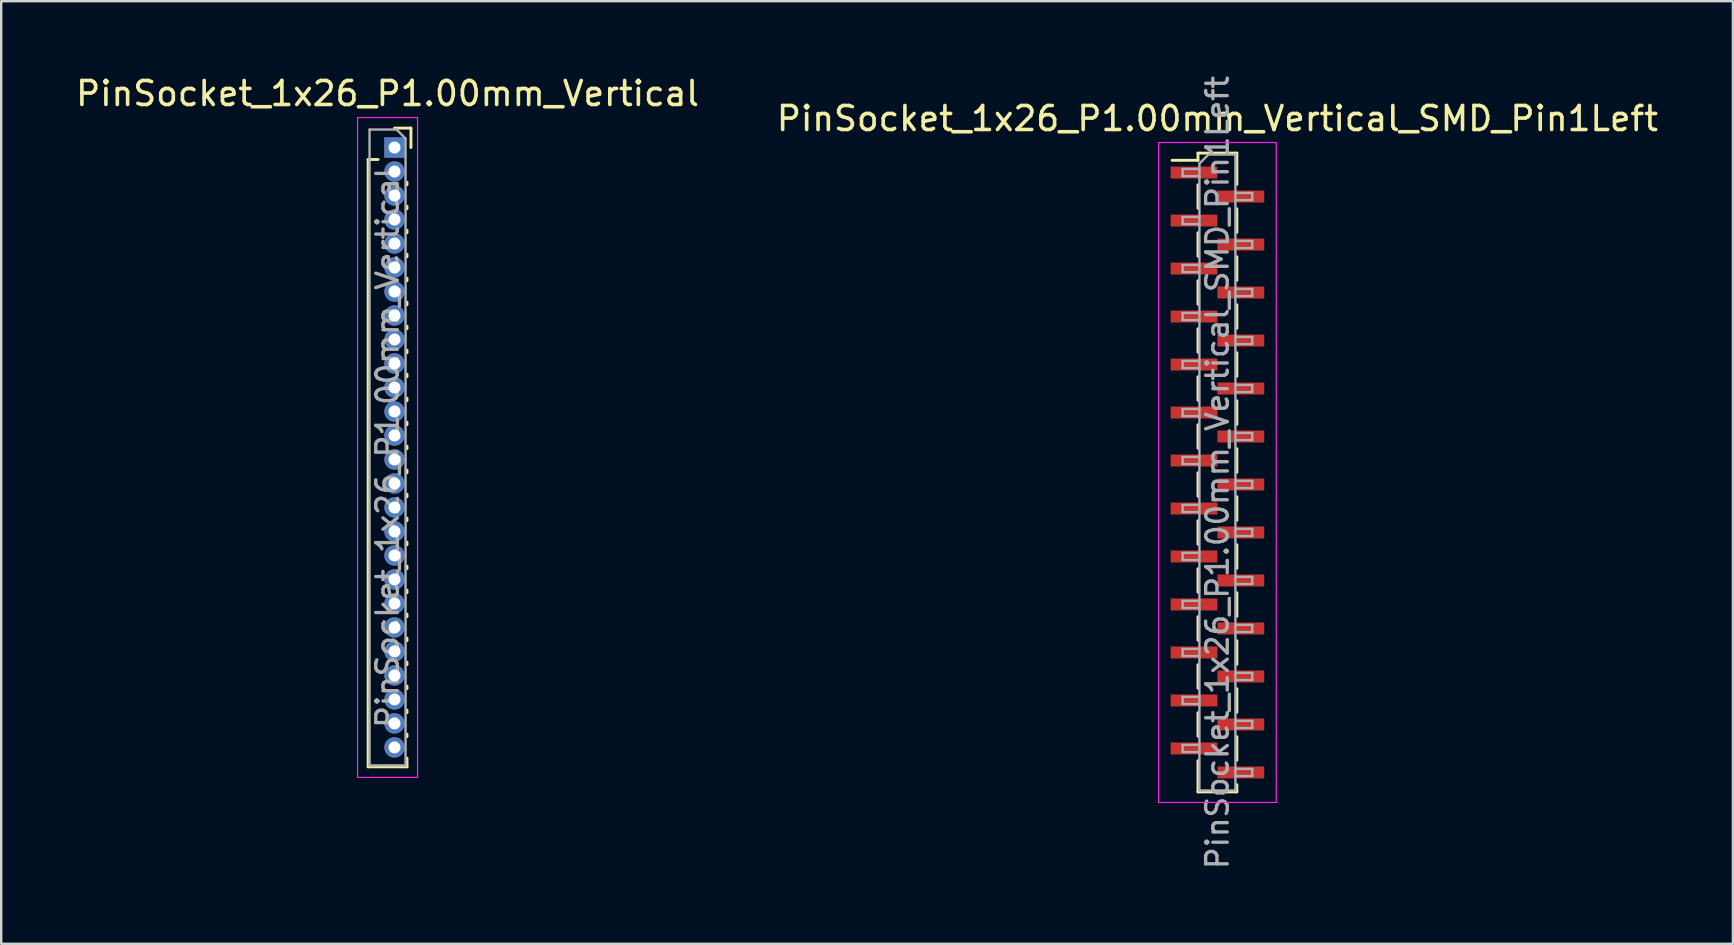
<source format=kicad_pcb>
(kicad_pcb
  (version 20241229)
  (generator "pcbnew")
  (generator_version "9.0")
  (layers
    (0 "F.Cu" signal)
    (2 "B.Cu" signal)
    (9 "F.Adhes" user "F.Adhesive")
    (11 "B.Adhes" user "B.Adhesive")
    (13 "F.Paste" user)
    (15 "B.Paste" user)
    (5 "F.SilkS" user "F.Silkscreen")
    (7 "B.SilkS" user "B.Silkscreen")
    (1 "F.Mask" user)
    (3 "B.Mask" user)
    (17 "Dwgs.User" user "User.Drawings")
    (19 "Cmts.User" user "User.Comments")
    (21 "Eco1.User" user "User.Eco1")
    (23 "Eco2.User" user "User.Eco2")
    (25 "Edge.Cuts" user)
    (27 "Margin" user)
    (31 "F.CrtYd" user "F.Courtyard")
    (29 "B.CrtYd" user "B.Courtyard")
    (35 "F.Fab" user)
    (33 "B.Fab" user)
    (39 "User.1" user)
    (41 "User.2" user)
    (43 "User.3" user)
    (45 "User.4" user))
  (footprint "PinSocket_1x26_P1.00mm_Vertical_SMD_Pin1Left"
    (layer "F.Cu")
    (at 47.685 16.641)
    (property "Reference" "PinSocket_1x26_P1.00mm_Vertical_SMD_Pin1Left" (at 0 -14.75 0) (layer "F.SilkS") (effects (font (size 1 1) (thickness 0.15))))
    (attr smd)
    (fp_line (start -1.89 -13.01) (end -0.81 -13.01) (stroke (width 0.12) (type solid)) (layer "F.SilkS"))
    (fp_line (start -0.81 -13.31) (end -0.81 -13.01) (stroke (width 0.12) (type solid)) (layer "F.SilkS"))
    (fp_line (start -0.81 -13.31) (end 0.81 -13.31) (stroke (width 0.12) (type solid)) (layer "F.SilkS"))
    (fp_line (start -0.81 -11.99) (end -0.81 -11.01) (stroke (width 0.12) (type solid)) (layer "F.SilkS"))
    (fp_line (start -0.81 -9.99) (end -0.81 -9.01) (stroke (width 0.12) (type solid)) (layer "F.SilkS"))
    (fp_line (start -0.81 -7.99) (end -0.81 -7.01) (stroke (width 0.12) (type solid)) (layer "F.SilkS"))
    (fp_line (start -0.81 -5.99) (end -0.81 -5.01) (stroke (width 0.12) (type solid)) (layer "F.SilkS"))
    (fp_line (start -0.81 -3.99) (end -0.81 -3.01) (stroke (width 0.12) (type solid)) (layer "F.SilkS"))
    (fp_line (start -0.81 -1.99) (end -0.81 -1.01) (stroke (width 0.12) (type solid)) (layer "F.SilkS"))
    (fp_line (start -0.81 0.01) (end -0.81 0.99) (stroke (width 0.12) (type solid)) (layer "F.SilkS"))
    (fp_line (start -0.81 2.01) (end -0.81 2.99) (stroke (width 0.12) (type solid)) (layer "F.SilkS"))
    (fp_line (start -0.81 4.01) (end -0.81 4.99) (stroke (width 0.12) (type solid)) (layer "F.SilkS"))
    (fp_line (start -0.81 6.01) (end -0.81 6.99) (stroke (width 0.12) (type solid)) (layer "F.SilkS"))
    (fp_line (start -0.81 8.01) (end -0.81 8.99) (stroke (width 0.12) (type solid)) (layer "F.SilkS"))
    (fp_line (start -0.81 10.01) (end -0.81 10.99) (stroke (width 0.12) (type solid)) (layer "F.SilkS"))
    (fp_line (start -0.81 12.01) (end -0.81 13.31) (stroke (width 0.12) (type solid)) (layer "F.SilkS"))
    (fp_line (start -0.81 13.31) (end 0.81 13.31) (stroke (width 0.12) (type solid)) (layer "F.SilkS"))
    (fp_line (start 0.81 -13.31) (end 0.81 -12.01) (stroke (width 0.12) (type solid)) (layer "F.SilkS"))
    (fp_line (start 0.81 -10.99) (end 0.81 -10.01) (stroke (width 0.12) (type solid)) (layer "F.SilkS"))
    (fp_line (start 0.81 -8.99) (end 0.81 -8.01) (stroke (width 0.12) (type solid)) (layer "F.SilkS"))
    (fp_line (start 0.81 -6.99) (end 0.81 -6.01) (stroke (width 0.12) (type solid)) (layer "F.SilkS"))
    (fp_line (start 0.81 -4.99) (end 0.81 -4.01) (stroke (width 0.12) (type solid)) (layer "F.SilkS"))
    (fp_line (start 0.81 -2.99) (end 0.81 -2.01) (stroke (width 0.12) (type solid)) (layer "F.SilkS"))
    (fp_line (start 0.81 -0.99) (end 0.81 -0.01) (stroke (width 0.12) (type solid)) (layer "F.SilkS"))
    (fp_line (start 0.81 1.01) (end 0.81 1.99) (stroke (width 0.12) (type solid)) (layer "F.SilkS"))
    (fp_line (start 0.81 3.01) (end 0.81 3.99) (stroke (width 0.12) (type solid)) (layer "F.SilkS"))
    (fp_line (start 0.81 5.01) (end 0.81 5.99) (stroke (width 0.12) (type solid)) (layer "F.SilkS"))
    (fp_line (start 0.81 7.01) (end 0.81 7.99) (stroke (width 0.12) (type solid)) (layer "F.SilkS"))
    (fp_line (start 0.81 9.01) (end 0.81 9.99) (stroke (width 0.12) (type solid)) (layer "F.SilkS"))
    (fp_line (start 0.81 11.01) (end 0.81 11.99) (stroke (width 0.12) (type solid)) (layer "F.SilkS"))
    (fp_line (start 0.81 13.01) (end 0.81 13.31) (stroke (width 0.12) (type solid)) (layer "F.SilkS"))
    (fp_line (start -2.45 -13.75) (end 2.45 -13.75) (stroke (width 0.05) (type solid)) (layer "F.CrtYd"))
    (fp_line (start -2.45 13.75) (end -2.45 -13.75) (stroke (width 0.05) (type solid)) (layer "F.CrtYd"))
    (fp_line (start 2.45 -13.75) (end 2.45 13.75) (stroke (width 0.05) (type solid)) (layer "F.CrtYd"))
    (fp_line (start 2.45 13.75) (end -2.45 13.75) (stroke (width 0.05) (type solid)) (layer "F.CrtYd"))
    (fp_line (start -1.45 -12.65) (end -0.75 -12.65) (stroke (width 0.1) (type solid)) (layer "F.Fab"))
    (fp_line (start -1.45 -12.35) (end -1.45 -12.65) (stroke (width 0.1) (type solid)) (layer "F.Fab"))
    (fp_line (start -1.45 -10.65) (end -0.75 -10.65) (stroke (width 0.1) (type solid)) (layer "F.Fab"))
    (fp_line (start -1.45 -10.35) (end -1.45 -10.65) (stroke (width 0.1) (type solid)) (layer "F.Fab"))
    (fp_line (start -1.45 -8.65) (end -0.75 -8.65) (stroke (width 0.1) (type solid)) (layer "F.Fab"))
    (fp_line (start -1.45 -8.35) (end -1.45 -8.65) (stroke (width 0.1) (type solid)) (layer "F.Fab"))
    (fp_line (start -1.45 -6.65) (end -0.75 -6.65) (stroke (width 0.1) (type solid)) (layer "F.Fab"))
    (fp_line (start -1.45 -6.35) (end -1.45 -6.65) (stroke (width 0.1) (type solid)) (layer "F.Fab"))
    (fp_line (start -1.45 -4.65) (end -0.75 -4.65) (stroke (width 0.1) (type solid)) (layer "F.Fab"))
    (fp_line (start -1.45 -4.35) (end -1.45 -4.65) (stroke (width 0.1) (type solid)) (layer "F.Fab"))
    (fp_line (start -1.45 -2.65) (end -0.75 -2.65) (stroke (width 0.1) (type solid)) (layer "F.Fab"))
    (fp_line (start -1.45 -2.35) (end -1.45 -2.65) (stroke (width 0.1) (type solid)) (layer "F.Fab"))
    (fp_line (start -1.45 -0.65) (end -0.75 -0.65) (stroke (width 0.1) (type solid)) (layer "F.Fab"))
    (fp_line (start -1.45 -0.35) (end -1.45 -0.65) (stroke (width 0.1) (type solid)) (layer "F.Fab"))
    (fp_line (start -1.45 1.35) (end -0.75 1.35) (stroke (width 0.1) (type solid)) (layer "F.Fab"))
    (fp_line (start -1.45 1.65) (end -1.45 1.35) (stroke (width 0.1) (type solid)) (layer "F.Fab"))
    (fp_line (start -1.45 3.35) (end -0.75 3.35) (stroke (width 0.1) (type solid)) (layer "F.Fab"))
    (fp_line (start -1.45 3.65) (end -1.45 3.35) (stroke (width 0.1) (type solid)) (layer "F.Fab"))
    (fp_line (start -1.45 5.35) (end -0.75 5.35) (stroke (width 0.1) (type solid)) (layer "F.Fab"))
    (fp_line (start -1.45 5.65) (end -1.45 5.35) (stroke (width 0.1) (type solid)) (layer "F.Fab"))
    (fp_line (start -1.45 7.35) (end -0.75 7.35) (stroke (width 0.1) (type solid)) (layer "F.Fab"))
    (fp_line (start -1.45 7.65) (end -1.45 7.35) (stroke (width 0.1) (type solid)) (layer "F.Fab"))
    (fp_line (start -1.45 9.35) (end -0.75 9.35) (stroke (width 0.1) (type solid)) (layer "F.Fab"))
    (fp_line (start -1.45 9.65) (end -1.45 9.35) (stroke (width 0.1) (type solid)) (layer "F.Fab"))
    (fp_line (start -1.45 11.35) (end -0.75 11.35) (stroke (width 0.1) (type solid)) (layer "F.Fab"))
    (fp_line (start -1.45 11.65) (end -1.45 11.35) (stroke (width 0.1) (type solid)) (layer "F.Fab"))
    (fp_line (start -0.75 -12.875) (end -0.375 -13.25) (stroke (width 0.1) (type solid)) (layer "F.Fab"))
    (fp_line (start -0.75 -12.35) (end -1.45 -12.35) (stroke (width 0.1) (type solid)) (layer "F.Fab"))
    (fp_line (start -0.75 -10.35) (end -1.45 -10.35) (stroke (width 0.1) (type solid)) (layer "F.Fab"))
    (fp_line (start -0.75 -8.35) (end -1.45 -8.35) (stroke (width 0.1) (type solid)) (layer "F.Fab"))
    (fp_line (start -0.75 -6.35) (end -1.45 -6.35) (stroke (width 0.1) (type solid)) (layer "F.Fab"))
    (fp_line (start -0.75 -4.35) (end -1.45 -4.35) (stroke (width 0.1) (type solid)) (layer "F.Fab"))
    (fp_line (start -0.75 -2.35) (end -1.45 -2.35) (stroke (width 0.1) (type solid)) (layer "F.Fab"))
    (fp_line (start -0.75 -0.35) (end -1.45 -0.35) (stroke (width 0.1) (type solid)) (layer "F.Fab"))
    (fp_line (start -0.75 1.65) (end -1.45 1.65) (stroke (width 0.1) (type solid)) (layer "F.Fab"))
    (fp_line (start -0.75 3.65) (end -1.45 3.65) (stroke (width 0.1) (type solid)) (layer "F.Fab"))
    (fp_line (start -0.75 5.65) (end -1.45 5.65) (stroke (width 0.1) (type solid)) (layer "F.Fab"))
    (fp_line (start -0.75 7.65) (end -1.45 7.65) (stroke (width 0.1) (type solid)) (layer "F.Fab"))
    (fp_line (start -0.75 9.65) (end -1.45 9.65) (stroke (width 0.1) (type solid)) (layer "F.Fab"))
    (fp_line (start -0.75 11.65) (end -1.45 11.65) (stroke (width 0.1) (type solid)) (layer "F.Fab"))
    (fp_line (start -0.75 13.25) (end -0.75 -12.875) (stroke (width 0.1) (type solid)) (layer "F.Fab"))
    (fp_line (start -0.375 -13.25) (end 0.75 -13.25) (stroke (width 0.1) (type solid)) (layer "F.Fab"))
    (fp_line (start 0.75 -13.25) (end 0.75 13.25) (stroke (width 0.1) (type solid)) (layer "F.Fab"))
    (fp_line (start 0.75 -11.65) (end 1.45 -11.65) (stroke (width 0.1) (type solid)) (layer "F.Fab"))
    (fp_line (start 0.75 -9.65) (end 1.45 -9.65) (stroke (width 0.1) (type solid)) (layer "F.Fab"))
    (fp_line (start 0.75 -7.65) (end 1.45 -7.65) (stroke (width 0.1) (type solid)) (layer "F.Fab"))
    (fp_line (start 0.75 -5.65) (end 1.45 -5.65) (stroke (width 0.1) (type solid)) (layer "F.Fab"))
    (fp_line (start 0.75 -3.65) (end 1.45 -3.65) (stroke (width 0.1) (type solid)) (layer "F.Fab"))
    (fp_line (start 0.75 -1.65) (end 1.45 -1.65) (stroke (width 0.1) (type solid)) (layer "F.Fab"))
    (fp_line (start 0.75 0.35) (end 1.45 0.35) (stroke (width 0.1) (type solid)) (layer "F.Fab"))
    (fp_line (start 0.75 2.35) (end 1.45 2.35) (stroke (width 0.1) (type solid)) (layer "F.Fab"))
    (fp_line (start 0.75 4.35) (end 1.45 4.35) (stroke (width 0.1) (type solid)) (layer "F.Fab"))
    (fp_line (start 0.75 6.35) (end 1.45 6.35) (stroke (width 0.1) (type solid)) (layer "F.Fab"))
    (fp_line (start 0.75 8.35) (end 1.45 8.35) (stroke (width 0.1) (type solid)) (layer "F.Fab"))
    (fp_line (start 0.75 10.35) (end 1.45 10.35) (stroke (width 0.1) (type solid)) (layer "F.Fab"))
    (fp_line (start 0.75 12.35) (end 1.45 12.35) (stroke (width 0.1) (type solid)) (layer "F.Fab"))
    (fp_line (start 0.75 13.25) (end -0.75 13.25) (stroke (width 0.1) (type solid)) (layer "F.Fab"))
    (fp_line (start 1.45 -11.65) (end 1.45 -11.35) (stroke (width 0.1) (type solid)) (layer "F.Fab"))
    (fp_line (start 1.45 -11.35) (end 0.75 -11.35) (stroke (width 0.1) (type solid)) (layer "F.Fab"))
    (fp_line (start 1.45 -9.65) (end 1.45 -9.35) (stroke (width 0.1) (type solid)) (layer "F.Fab"))
    (fp_line (start 1.45 -9.35) (end 0.75 -9.35) (stroke (width 0.1) (type solid)) (layer "F.Fab"))
    (fp_line (start 1.45 -7.65) (end 1.45 -7.35) (stroke (width 0.1) (type solid)) (layer "F.Fab"))
    (fp_line (start 1.45 -7.35) (end 0.75 -7.35) (stroke (width 0.1) (type solid)) (layer "F.Fab"))
    (fp_line (start 1.45 -5.65) (end 1.45 -5.35) (stroke (width 0.1) (type solid)) (layer "F.Fab"))
    (fp_line (start 1.45 -5.35) (end 0.75 -5.35) (stroke (width 0.1) (type solid)) (layer "F.Fab"))
    (fp_line (start 1.45 -3.65) (end 1.45 -3.35) (stroke (width 0.1) (type solid)) (layer "F.Fab"))
    (fp_line (start 1.45 -3.35) (end 0.75 -3.35) (stroke (width 0.1) (type solid)) (layer "F.Fab"))
    (fp_line (start 1.45 -1.65) (end 1.45 -1.35) (stroke (width 0.1) (type solid)) (layer "F.Fab"))
    (fp_line (start 1.45 -1.35) (end 0.75 -1.35) (stroke (width 0.1) (type solid)) (layer "F.Fab"))
    (fp_line (start 1.45 0.35) (end 1.45 0.65) (stroke (width 0.1) (type solid)) (layer "F.Fab"))
    (fp_line (start 1.45 0.65) (end 0.75 0.65) (stroke (width 0.1) (type solid)) (layer "F.Fab"))
    (fp_line (start 1.45 2.35) (end 1.45 2.65) (stroke (width 0.1) (type solid)) (layer "F.Fab"))
    (fp_line (start 1.45 2.65) (end 0.75 2.65) (stroke (width 0.1) (type solid)) (layer "F.Fab"))
    (fp_line (start 1.45 4.35) (end 1.45 4.65) (stroke (width 0.1) (type solid)) (layer "F.Fab"))
    (fp_line (start 1.45 4.65) (end 0.75 4.65) (stroke (width 0.1) (type solid)) (layer "F.Fab"))
    (fp_line (start 1.45 6.35) (end 1.45 6.65) (stroke (width 0.1) (type solid)) (layer "F.Fab"))
    (fp_line (start 1.45 6.65) (end 0.75 6.65) (stroke (width 0.1) (type solid)) (layer "F.Fab"))
    (fp_line (start 1.45 8.35) (end 1.45 8.65) (stroke (width 0.1) (type solid)) (layer "F.Fab"))
    (fp_line (start 1.45 8.65) (end 0.75 8.65) (stroke (width 0.1) (type solid)) (layer "F.Fab"))
    (fp_line (start 1.45 10.35) (end 1.45 10.65) (stroke (width 0.1) (type solid)) (layer "F.Fab"))
    (fp_line (start 1.45 10.65) (end 0.75 10.65) (stroke (width 0.1) (type solid)) (layer "F.Fab"))
    (fp_line (start 1.45 12.35) (end 1.45 12.65) (stroke (width 0.1) (type solid)) (layer "F.Fab"))
    (fp_line (start 1.45 12.65) (end 0.75 12.65) (stroke (width 0.1) (type solid)) (layer "F.Fab"))
    (fp_text user "${REFERENCE}" (at 0 0 90) (layer "F.Fab") (effects (font (size 0.9 0.9) (thickness 0.14))))
    (pad "1" smd rect (at -0.975 -12.5) (size 1.95 0.5) (layers "F.Cu" "F.Mask" "F.Paste"))
    (pad "2" smd rect (at 0.975 -11.5) (size 1.95 0.5) (layers "F.Cu" "F.Mask" "F.Paste"))
    (pad "3" smd rect (at -0.975 -10.5) (size 1.95 0.5) (layers "F.Cu" "F.Mask" "F.Paste"))
    (pad "4" smd rect (at 0.975 -9.5) (size 1.95 0.5) (layers "F.Cu" "F.Mask" "F.Paste"))
    (pad "5" smd rect (at -0.975 -8.5) (size 1.95 0.5) (layers "F.Cu" "F.Mask" "F.Paste"))
    (pad "6" smd rect (at 0.975 -7.5) (size 1.95 0.5) (layers "F.Cu" "F.Mask" "F.Paste"))
    (pad "7" smd rect (at -0.975 -6.5) (size 1.95 0.5) (layers "F.Cu" "F.Mask" "F.Paste"))
    (pad "8" smd rect (at 0.975 -5.5) (size 1.95 0.5) (layers "F.Cu" "F.Mask" "F.Paste"))
    (pad "9" smd rect (at -0.975 -4.5) (size 1.95 0.5) (layers "F.Cu" "F.Mask" "F.Paste"))
    (pad "10" smd rect (at 0.975 -3.5) (size 1.95 0.5) (layers "F.Cu" "F.Mask" "F.Paste"))
    (pad "11" smd rect (at -0.975 -2.5) (size 1.95 0.5) (layers "F.Cu" "F.Mask" "F.Paste"))
    (pad "12" smd rect (at 0.975 -1.5) (size 1.95 0.5) (layers "F.Cu" "F.Mask" "F.Paste"))
    (pad "13" smd rect (at -0.975 -0.5) (size 1.95 0.5) (layers "F.Cu" "F.Mask" "F.Paste"))
    (pad "14" smd rect (at 0.975 0.5) (size 1.95 0.5) (layers "F.Cu" "F.Mask" "F.Paste"))
    (pad "15" smd rect (at -0.975 1.5) (size 1.95 0.5) (layers "F.Cu" "F.Mask" "F.Paste"))
    (pad "16" smd rect (at 0.975 2.5) (size 1.95 0.5) (layers "F.Cu" "F.Mask" "F.Paste"))
    (pad "17" smd rect (at -0.975 3.5) (size 1.95 0.5) (layers "F.Cu" "F.Mask" "F.Paste"))
    (pad "18" smd rect (at 0.975 4.5) (size 1.95 0.5) (layers "F.Cu" "F.Mask" "F.Paste"))
    (pad "19" smd rect (at -0.975 5.5) (size 1.95 0.5) (layers "F.Cu" "F.Mask" "F.Paste"))
    (pad "20" smd rect (at 0.975 6.5) (size 1.95 0.5) (layers "F.Cu" "F.Mask" "F.Paste"))
    (pad "21" smd rect (at -0.975 7.5) (size 1.95 0.5) (layers "F.Cu" "F.Mask" "F.Paste"))
    (pad "22" smd rect (at 0.975 8.5) (size 1.95 0.5) (layers "F.Cu" "F.Mask" "F.Paste"))
    (pad "23" smd rect (at -0.975 9.5) (size 1.95 0.5) (layers "F.Cu" "F.Mask" "F.Paste"))
    (pad "24" smd rect (at 0.975 10.5) (size 1.95 0.5) (layers "F.Cu" "F.Mask" "F.Paste"))
    (pad "25" smd rect (at -0.975 11.5) (size 1.95 0.5) (layers "F.Cu" "F.Mask" "F.Paste"))
    (pad "26" smd rect (at 0.975 12.5) (size 1.95 0.5) (layers "F.Cu" "F.Mask" "F.Paste")))
  (footprint "PinSocket_1x26_P1.00mm_Vertical"
    (layer "F.Cu")
    (at 13.391 3.098)
    (property "Reference" "PinSocket_1x26_P1.00mm_Vertical" (at -0.29 -2.25 0) (layer "F.SilkS") (effects (font (size 1 1) (thickness 0.15))))
    (attr through_hole)
    (fp_line (start -1.1 0.5) (end -1.1 25.81) (stroke (width 0.12) (type solid)) (layer "F.SilkS"))
    (fp_line (start -1.1 0.5) (end -0.685 0.5) (stroke (width 0.12) (type solid)) (layer "F.SilkS"))
    (fp_line (start -1.1 25.81) (end 0.52 25.81) (stroke (width 0.12) (type solid)) (layer "F.SilkS"))
    (fp_line (start 0 -0.81) (end 0.685 -0.81) (stroke (width 0.12) (type solid)) (layer "F.SilkS"))
    (fp_line (start 0.52 1.446) (end 0.52 1.554) (stroke (width 0.12) (type solid)) (layer "F.SilkS"))
    (fp_line (start 0.52 2.446) (end 0.52 2.554) (stroke (width 0.12) (type solid)) (layer "F.SilkS"))
    (fp_line (start 0.52 3.446) (end 0.52 3.554) (stroke (width 0.12) (type solid)) (layer "F.SilkS"))
    (fp_line (start 0.52 4.446) (end 0.52 4.554) (stroke (width 0.12) (type solid)) (layer "F.SilkS"))
    (fp_line (start 0.52 5.446) (end 0.52 5.554) (stroke (width 0.12) (type solid)) (layer "F.SilkS"))
    (fp_line (start 0.52 6.446) (end 0.52 6.554) (stroke (width 0.12) (type solid)) (layer "F.SilkS"))
    (fp_line (start 0.52 7.446) (end 0.52 7.554) (stroke (width 0.12) (type solid)) (layer "F.SilkS"))
    (fp_line (start 0.52 8.446) (end 0.52 8.554) (stroke (width 0.12) (type solid)) (layer "F.SilkS"))
    (fp_line (start 0.52 9.446) (end 0.52 9.554) (stroke (width 0.12) (type solid)) (layer "F.SilkS"))
    (fp_line (start 0.52 10.446) (end 0.52 10.554) (stroke (width 0.12) (type solid)) (layer "F.SilkS"))
    (fp_line (start 0.52 11.446) (end 0.52 11.554) (stroke (width 0.12) (type solid)) (layer "F.SilkS"))
    (fp_line (start 0.52 12.446) (end 0.52 12.554) (stroke (width 0.12) (type solid)) (layer "F.SilkS"))
    (fp_line (start 0.52 13.446) (end 0.52 13.554) (stroke (width 0.12) (type solid)) (layer "F.SilkS"))
    (fp_line (start 0.52 14.446) (end 0.52 14.554) (stroke (width 0.12) (type solid)) (layer "F.SilkS"))
    (fp_line (start 0.52 15.446) (end 0.52 15.554) (stroke (width 0.12) (type solid)) (layer "F.SilkS"))
    (fp_line (start 0.52 16.446) (end 0.52 16.554) (stroke (width 0.12) (type solid)) (layer "F.SilkS"))
    (fp_line (start 0.52 17.446) (end 0.52 17.554) (stroke (width 0.12) (type solid)) (layer "F.SilkS"))
    (fp_line (start 0.52 18.446) (end 0.52 18.554) (stroke (width 0.12) (type solid)) (layer "F.SilkS"))
    (fp_line (start 0.52 19.446) (end 0.52 19.554) (stroke (width 0.12) (type solid)) (layer "F.SilkS"))
    (fp_line (start 0.52 20.446) (end 0.52 20.554) (stroke (width 0.12) (type solid)) (layer "F.SilkS"))
    (fp_line (start 0.52 21.446) (end 0.52 21.554) (stroke (width 0.12) (type solid)) (layer "F.SilkS"))
    (fp_line (start 0.52 22.446) (end 0.52 22.554) (stroke (width 0.12) (type solid)) (layer "F.SilkS"))
    (fp_line (start 0.52 23.446) (end 0.52 23.554) (stroke (width 0.12) (type solid)) (layer "F.SilkS"))
    (fp_line (start 0.52 24.446) (end 0.52 24.554) (stroke (width 0.12) (type solid)) (layer "F.SilkS"))
    (fp_line (start 0.52 25.446) (end 0.52 25.81) (stroke (width 0.12) (type solid)) (layer "F.SilkS"))
    (fp_line (start 0.685 -0.81) (end 0.685 0) (stroke (width 0.12) (type solid)) (layer "F.SilkS"))
    (fp_line (start -1.54 -1.25) (end 0.96 -1.25) (stroke (width 0.05) (type solid)) (layer "F.CrtYd"))
    (fp_line (start -1.54 26.25) (end -1.54 -1.25) (stroke (width 0.05) (type solid)) (layer "F.CrtYd"))
    (fp_line (start 0.96 -1.25) (end 0.96 26.25) (stroke (width 0.05) (type solid)) (layer "F.CrtYd"))
    (fp_line (start 0.96 26.25) (end -1.54 26.25) (stroke (width 0.05) (type solid)) (layer "F.CrtYd"))
    (fp_line (start -1.04 -0.75) (end 0.085 -0.75) (stroke (width 0.1) (type solid)) (layer "F.Fab"))
    (fp_line (start -1.04 25.75) (end -1.04 -0.75) (stroke (width 0.1) (type solid)) (layer "F.Fab"))
    (fp_line (start 0.085 -0.75) (end 0.46 -0.375) (stroke (width 0.1) (type solid)) (layer "F.Fab"))
    (fp_line (start 0.46 -0.375) (end 0.46 25.75) (stroke (width 0.1) (type solid)) (layer "F.Fab"))
    (fp_line (start 0.46 25.75) (end -1.04 25.75) (stroke (width 0.1) (type solid)) (layer "F.Fab"))
    (fp_text user "${REFERENCE}" (at -0.29 12.5 90) (layer "F.Fab") (effects (font (size 0.9 0.9) (thickness 0.14))))
    (pad "1" thru_hole rect (at 0 0) (size 0.85 0.85) (drill 0.5) (layers "*.Cu" "*.Mask"))
    (pad "2" thru_hole oval (at 0 1) (size 0.85 0.85) (drill 0.5) (layers "*.Cu" "*.Mask"))
    (pad "3" thru_hole oval (at 0 2) (size 0.85 0.85) (drill 0.5) (layers "*.Cu" "*.Mask"))
    (pad "4" thru_hole oval (at 0 3) (size 0.85 0.85) (drill 0.5) (layers "*.Cu" "*.Mask"))
    (pad "5" thru_hole oval (at 0 4) (size 0.85 0.85) (drill 0.5) (layers "*.Cu" "*.Mask"))
    (pad "6" thru_hole oval (at 0 5) (size 0.85 0.85) (drill 0.5) (layers "*.Cu" "*.Mask"))
    (pad "7" thru_hole oval (at 0 6) (size 0.85 0.85) (drill 0.5) (layers "*.Cu" "*.Mask"))
    (pad "8" thru_hole oval (at 0 7) (size 0.85 0.85) (drill 0.5) (layers "*.Cu" "*.Mask"))
    (pad "9" thru_hole oval (at 0 8) (size 0.85 0.85) (drill 0.5) (layers "*.Cu" "*.Mask"))
    (pad "10" thru_hole oval (at 0 9) (size 0.85 0.85) (drill 0.5) (layers "*.Cu" "*.Mask"))
    (pad "11" thru_hole oval (at 0 10) (size 0.85 0.85) (drill 0.5) (layers "*.Cu" "*.Mask"))
    (pad "12" thru_hole oval (at 0 11) (size 0.85 0.85) (drill 0.5) (layers "*.Cu" "*.Mask"))
    (pad "13" thru_hole oval (at 0 12) (size 0.85 0.85) (drill 0.5) (layers "*.Cu" "*.Mask"))
    (pad "14" thru_hole oval (at 0 13) (size 0.85 0.85) (drill 0.5) (layers "*.Cu" "*.Mask"))
    (pad "15" thru_hole oval (at 0 14) (size 0.85 0.85) (drill 0.5) (layers "*.Cu" "*.Mask"))
    (pad "16" thru_hole oval (at 0 15) (size 0.85 0.85) (drill 0.5) (layers "*.Cu" "*.Mask"))
    (pad "17" thru_hole oval (at 0 16) (size 0.85 0.85) (drill 0.5) (layers "*.Cu" "*.Mask"))
    (pad "18" thru_hole oval (at 0 17) (size 0.85 0.85) (drill 0.5) (layers "*.Cu" "*.Mask"))
    (pad "19" thru_hole oval (at 0 18) (size 0.85 0.85) (drill 0.5) (layers "*.Cu" "*.Mask"))
    (pad "20" thru_hole oval (at 0 19) (size 0.85 0.85) (drill 0.5) (layers "*.Cu" "*.Mask"))
    (pad "21" thru_hole oval (at 0 20) (size 0.85 0.85) (drill 0.5) (layers "*.Cu" "*.Mask"))
    (pad "22" thru_hole oval (at 0 21) (size 0.85 0.85) (drill 0.5) (layers "*.Cu" "*.Mask"))
    (pad "23" thru_hole oval (at 0 22) (size 0.85 0.85) (drill 0.5) (layers "*.Cu" "*.Mask"))
    (pad "24" thru_hole oval (at 0 23) (size 0.85 0.85) (drill 0.5) (layers "*.Cu" "*.Mask"))
    (pad "25" thru_hole oval (at 0 24) (size 0.85 0.85) (drill 0.5) (layers "*.Cu" "*.Mask"))
    (pad "26" thru_hole oval (at 0 25) (size 0.85 0.85) (drill 0.5) (layers "*.Cu" "*.Mask")))
  (gr_rect
    (start -3 -3)
    (end 69.167 36.283)
    (stroke (width 0.1) (type default))
    (fill no)
    (layer "Edge.Cuts")))
</source>
